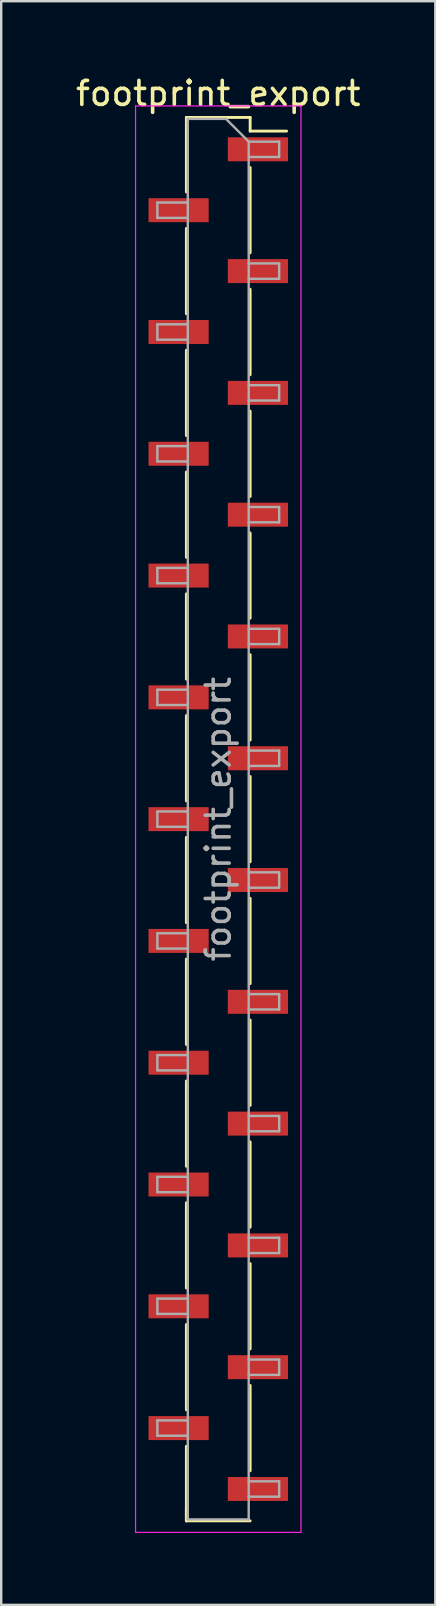
<source format=kicad_pcb>
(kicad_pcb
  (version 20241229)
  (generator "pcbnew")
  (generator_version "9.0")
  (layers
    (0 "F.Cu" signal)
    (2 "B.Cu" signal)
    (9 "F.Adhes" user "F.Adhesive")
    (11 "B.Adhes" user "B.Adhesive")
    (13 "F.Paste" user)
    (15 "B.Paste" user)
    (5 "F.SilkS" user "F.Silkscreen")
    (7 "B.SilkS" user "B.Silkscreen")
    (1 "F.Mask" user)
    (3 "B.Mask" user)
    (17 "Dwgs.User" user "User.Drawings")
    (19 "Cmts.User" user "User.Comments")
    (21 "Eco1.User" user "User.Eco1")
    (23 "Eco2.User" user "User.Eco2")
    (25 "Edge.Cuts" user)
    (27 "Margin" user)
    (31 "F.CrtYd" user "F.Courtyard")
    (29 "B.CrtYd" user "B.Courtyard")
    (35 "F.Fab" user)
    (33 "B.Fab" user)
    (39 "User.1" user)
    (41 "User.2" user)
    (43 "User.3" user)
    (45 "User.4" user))
  (footprint "footprint_export"
    (layer "F.Cu")
    (at 6.054 31.118)
    (property "Reference" "footprint_export" (at 0 -30.27 0) (layer "F.SilkS") (effects (font (size 1 1) (thickness 0.15))))
    (attr smd)
    (fp_line (start -1.33 -29.27) (end -1.33 -26.16) (stroke (width 0.12) (type solid)) (layer "F.SilkS"))
    (fp_line (start -1.33 -29.27) (end 1.33 -29.27) (stroke (width 0.12) (type solid)) (layer "F.SilkS"))
    (fp_line (start -1.33 -24.64) (end -1.33 -21.08) (stroke (width 0.12) (type solid)) (layer "F.SilkS"))
    (fp_line (start -1.33 -19.56) (end -1.33 -16) (stroke (width 0.12) (type solid)) (layer "F.SilkS"))
    (fp_line (start -1.33 -14.48) (end -1.33 -10.92) (stroke (width 0.12) (type solid)) (layer "F.SilkS"))
    (fp_line (start -1.33 -9.4) (end -1.33 -5.84) (stroke (width 0.12) (type solid)) (layer "F.SilkS"))
    (fp_line (start -1.33 -4.32) (end -1.33 -0.76) (stroke (width 0.12) (type solid)) (layer "F.SilkS"))
    (fp_line (start -1.33 0.76) (end -1.33 4.32) (stroke (width 0.12) (type solid)) (layer "F.SilkS"))
    (fp_line (start -1.33 5.84) (end -1.33 9.4) (stroke (width 0.12) (type solid)) (layer "F.SilkS"))
    (fp_line (start -1.33 10.92) (end -1.33 14.48) (stroke (width 0.12) (type solid)) (layer "F.SilkS"))
    (fp_line (start -1.33 16) (end -1.33 19.56) (stroke (width 0.12) (type solid)) (layer "F.SilkS"))
    (fp_line (start -1.33 21.08) (end -1.33 24.64) (stroke (width 0.12) (type solid)) (layer "F.SilkS"))
    (fp_line (start -1.33 26.16) (end -1.33 29.27) (stroke (width 0.12) (type solid)) (layer "F.SilkS"))
    (fp_line (start -1.33 28.7) (end -1.33 29.27) (stroke (width 0.12) (type solid)) (layer "F.SilkS"))
    (fp_line (start -1.33 29.27) (end 1.33 29.27) (stroke (width 0.12) (type solid)) (layer "F.SilkS"))
    (fp_line (start 1.33 -29.27) (end 1.33 -28.7) (stroke (width 0.12) (type solid)) (layer "F.SilkS"))
    (fp_line (start 1.33 -28.7) (end 2.85 -28.7) (stroke (width 0.12) (type solid)) (layer "F.SilkS"))
    (fp_line (start 1.33 -27.18) (end 1.33 -23.62) (stroke (width 0.12) (type solid)) (layer "F.SilkS"))
    (fp_line (start 1.33 -22.1) (end 1.33 -18.54) (stroke (width 0.12) (type solid)) (layer "F.SilkS"))
    (fp_line (start 1.33 -17.02) (end 1.33 -13.46) (stroke (width 0.12) (type solid)) (layer "F.SilkS"))
    (fp_line (start 1.33 -11.94) (end 1.33 -8.38) (stroke (width 0.12) (type solid)) (layer "F.SilkS"))
    (fp_line (start 1.33 -6.86) (end 1.33 -3.3) (stroke (width 0.12) (type solid)) (layer "F.SilkS"))
    (fp_line (start 1.33 -1.78) (end 1.33 1.78) (stroke (width 0.12) (type solid)) (layer "F.SilkS"))
    (fp_line (start 1.33 3.3) (end 1.33 6.86) (stroke (width 0.12) (type solid)) (layer "F.SilkS"))
    (fp_line (start 1.33 8.38) (end 1.33 11.94) (stroke (width 0.12) (type solid)) (layer "F.SilkS"))
    (fp_line (start 1.33 13.46) (end 1.33 17.02) (stroke (width 0.12) (type solid)) (layer "F.SilkS"))
    (fp_line (start 1.33 18.54) (end 1.33 22.1) (stroke (width 0.12) (type solid)) (layer "F.SilkS"))
    (fp_line (start 1.33 23.62) (end 1.33 27.18) (stroke (width 0.12) (type solid)) (layer "F.SilkS"))
    (fp_line (start -3.45 -29.75) (end -3.45 29.75) (stroke (width 0.05) (type solid)) (layer "F.CrtYd"))
    (fp_line (start -3.45 29.75) (end 3.45 29.75) (stroke (width 0.05) (type solid)) (layer "F.CrtYd"))
    (fp_line (start 3.45 -29.75) (end -3.45 -29.75) (stroke (width 0.05) (type solid)) (layer "F.CrtYd"))
    (fp_line (start 3.45 29.75) (end 3.45 -29.75) (stroke (width 0.05) (type solid)) (layer "F.CrtYd"))
    (fp_line (start -2.54 -25.72) (end -2.54 -25.08) (stroke (width 0.1) (type solid)) (layer "F.Fab"))
    (fp_line (start -2.54 -25.08) (end -1.27 -25.08) (stroke (width 0.1) (type solid)) (layer "F.Fab"))
    (fp_line (start -2.54 -20.64) (end -2.54 -20) (stroke (width 0.1) (type solid)) (layer "F.Fab"))
    (fp_line (start -2.54 -20) (end -1.27 -20) (stroke (width 0.1) (type solid)) (layer "F.Fab"))
    (fp_line (start -2.54 -15.56) (end -2.54 -14.92) (stroke (width 0.1) (type solid)) (layer "F.Fab"))
    (fp_line (start -2.54 -14.92) (end -1.27 -14.92) (stroke (width 0.1) (type solid)) (layer "F.Fab"))
    (fp_line (start -2.54 -10.48) (end -2.54 -9.84) (stroke (width 0.1) (type solid)) (layer "F.Fab"))
    (fp_line (start -2.54 -9.84) (end -1.27 -9.84) (stroke (width 0.1) (type solid)) (layer "F.Fab"))
    (fp_line (start -2.54 -5.4) (end -2.54 -4.76) (stroke (width 0.1) (type solid)) (layer "F.Fab"))
    (fp_line (start -2.54 -4.76) (end -1.27 -4.76) (stroke (width 0.1) (type solid)) (layer "F.Fab"))
    (fp_line (start -2.54 -0.32) (end -2.54 0.32) (stroke (width 0.1) (type solid)) (layer "F.Fab"))
    (fp_line (start -2.54 0.32) (end -1.27 0.32) (stroke (width 0.1) (type solid)) (layer "F.Fab"))
    (fp_line (start -2.54 4.76) (end -2.54 5.4) (stroke (width 0.1) (type solid)) (layer "F.Fab"))
    (fp_line (start -2.54 5.4) (end -1.27 5.4) (stroke (width 0.1) (type solid)) (layer "F.Fab"))
    (fp_line (start -2.54 9.84) (end -2.54 10.48) (stroke (width 0.1) (type solid)) (layer "F.Fab"))
    (fp_line (start -2.54 10.48) (end -1.27 10.48) (stroke (width 0.1) (type solid)) (layer "F.Fab"))
    (fp_line (start -2.54 14.92) (end -2.54 15.56) (stroke (width 0.1) (type solid)) (layer "F.Fab"))
    (fp_line (start -2.54 15.56) (end -1.27 15.56) (stroke (width 0.1) (type solid)) (layer "F.Fab"))
    (fp_line (start -2.54 20) (end -2.54 20.64) (stroke (width 0.1) (type solid)) (layer "F.Fab"))
    (fp_line (start -2.54 20.64) (end -1.27 20.64) (stroke (width 0.1) (type solid)) (layer "F.Fab"))
    (fp_line (start -2.54 25.08) (end -2.54 25.72) (stroke (width 0.1) (type solid)) (layer "F.Fab"))
    (fp_line (start -2.54 25.72) (end -1.27 25.72) (stroke (width 0.1) (type solid)) (layer "F.Fab"))
    (fp_line (start -1.27 -29.21) (end -1.27 29.21) (stroke (width 0.1) (type solid)) (layer "F.Fab"))
    (fp_line (start -1.27 -29.21) (end 0.32 -29.21) (stroke (width 0.1) (type solid)) (layer "F.Fab"))
    (fp_line (start -1.27 -25.72) (end -2.54 -25.72) (stroke (width 0.1) (type solid)) (layer "F.Fab"))
    (fp_line (start -1.27 -20.64) (end -2.54 -20.64) (stroke (width 0.1) (type solid)) (layer "F.Fab"))
    (fp_line (start -1.27 -15.56) (end -2.54 -15.56) (stroke (width 0.1) (type solid)) (layer "F.Fab"))
    (fp_line (start -1.27 -10.48) (end -2.54 -10.48) (stroke (width 0.1) (type solid)) (layer "F.Fab"))
    (fp_line (start -1.27 -5.4) (end -2.54 -5.4) (stroke (width 0.1) (type solid)) (layer "F.Fab"))
    (fp_line (start -1.27 -0.32) (end -2.54 -0.32) (stroke (width 0.1) (type solid)) (layer "F.Fab"))
    (fp_line (start -1.27 4.76) (end -2.54 4.76) (stroke (width 0.1) (type solid)) (layer "F.Fab"))
    (fp_line (start -1.27 9.84) (end -2.54 9.84) (stroke (width 0.1) (type solid)) (layer "F.Fab"))
    (fp_line (start -1.27 14.92) (end -2.54 14.92) (stroke (width 0.1) (type solid)) (layer "F.Fab"))
    (fp_line (start -1.27 20) (end -2.54 20) (stroke (width 0.1) (type solid)) (layer "F.Fab"))
    (fp_line (start -1.27 25.08) (end -2.54 25.08) (stroke (width 0.1) (type solid)) (layer "F.Fab"))
    (fp_line (start 1.27 -28.26) (end 0.32 -29.21) (stroke (width 0.1) (type solid)) (layer "F.Fab"))
    (fp_line (start 1.27 -28.26) (end 2.54 -28.26) (stroke (width 0.1) (type solid)) (layer "F.Fab"))
    (fp_line (start 1.27 -23.18) (end 2.54 -23.18) (stroke (width 0.1) (type solid)) (layer "F.Fab"))
    (fp_line (start 1.27 -18.1) (end 2.54 -18.1) (stroke (width 0.1) (type solid)) (layer "F.Fab"))
    (fp_line (start 1.27 -13.02) (end 2.54 -13.02) (stroke (width 0.1) (type solid)) (layer "F.Fab"))
    (fp_line (start 1.27 -7.94) (end 2.54 -7.94) (stroke (width 0.1) (type solid)) (layer "F.Fab"))
    (fp_line (start 1.27 -2.86) (end 2.54 -2.86) (stroke (width 0.1) (type solid)) (layer "F.Fab"))
    (fp_line (start 1.27 2.22) (end 2.54 2.22) (stroke (width 0.1) (type solid)) (layer "F.Fab"))
    (fp_line (start 1.27 7.3) (end 2.54 7.3) (stroke (width 0.1) (type solid)) (layer "F.Fab"))
    (fp_line (start 1.27 12.38) (end 2.54 12.38) (stroke (width 0.1) (type solid)) (layer "F.Fab"))
    (fp_line (start 1.27 17.46) (end 2.54 17.46) (stroke (width 0.1) (type solid)) (layer "F.Fab"))
    (fp_line (start 1.27 22.54) (end 2.54 22.54) (stroke (width 0.1) (type solid)) (layer "F.Fab"))
    (fp_line (start 1.27 27.62) (end 2.54 27.62) (stroke (width 0.1) (type solid)) (layer "F.Fab"))
    (fp_line (start 1.27 29.21) (end -1.27 29.21) (stroke (width 0.1) (type solid)) (layer "F.Fab"))
    (fp_line (start 1.27 29.21) (end 1.27 -28.26) (stroke (width 0.1) (type solid)) (layer "F.Fab"))
    (fp_line (start 2.54 -28.26) (end 2.54 -27.62) (stroke (width 0.1) (type solid)) (layer "F.Fab"))
    (fp_line (start 2.54 -27.62) (end 1.27 -27.62) (stroke (width 0.1) (type solid)) (layer "F.Fab"))
    (fp_line (start 2.54 -23.18) (end 2.54 -22.54) (stroke (width 0.1) (type solid)) (layer "F.Fab"))
    (fp_line (start 2.54 -22.54) (end 1.27 -22.54) (stroke (width 0.1) (type solid)) (layer "F.Fab"))
    (fp_line (start 2.54 -18.1) (end 2.54 -17.46) (stroke (width 0.1) (type solid)) (layer "F.Fab"))
    (fp_line (start 2.54 -17.46) (end 1.27 -17.46) (stroke (width 0.1) (type solid)) (layer "F.Fab"))
    (fp_line (start 2.54 -13.02) (end 2.54 -12.38) (stroke (width 0.1) (type solid)) (layer "F.Fab"))
    (fp_line (start 2.54 -12.38) (end 1.27 -12.38) (stroke (width 0.1) (type solid)) (layer "F.Fab"))
    (fp_line (start 2.54 -7.94) (end 2.54 -7.3) (stroke (width 0.1) (type solid)) (layer "F.Fab"))
    (fp_line (start 2.54 -7.3) (end 1.27 -7.3) (stroke (width 0.1) (type solid)) (layer "F.Fab"))
    (fp_line (start 2.54 -2.86) (end 2.54 -2.22) (stroke (width 0.1) (type solid)) (layer "F.Fab"))
    (fp_line (start 2.54 -2.22) (end 1.27 -2.22) (stroke (width 0.1) (type solid)) (layer "F.Fab"))
    (fp_line (start 2.54 2.22) (end 2.54 2.86) (stroke (width 0.1) (type solid)) (layer "F.Fab"))
    (fp_line (start 2.54 2.86) (end 1.27 2.86) (stroke (width 0.1) (type solid)) (layer "F.Fab"))
    (fp_line (start 2.54 7.3) (end 2.54 7.94) (stroke (width 0.1) (type solid)) (layer "F.Fab"))
    (fp_line (start 2.54 7.94) (end 1.27 7.94) (stroke (width 0.1) (type solid)) (layer "F.Fab"))
    (fp_line (start 2.54 12.38) (end 2.54 13.02) (stroke (width 0.1) (type solid)) (layer "F.Fab"))
    (fp_line (start 2.54 13.02) (end 1.27 13.02) (stroke (width 0.1) (type solid)) (layer "F.Fab"))
    (fp_line (start 2.54 17.46) (end 2.54 18.1) (stroke (width 0.1) (type solid)) (layer "F.Fab"))
    (fp_line (start 2.54 18.1) (end 1.27 18.1) (stroke (width 0.1) (type solid)) (layer "F.Fab"))
    (fp_line (start 2.54 22.54) (end 2.54 23.18) (stroke (width 0.1) (type solid)) (layer "F.Fab"))
    (fp_line (start 2.54 23.18) (end 1.27 23.18) (stroke (width 0.1) (type solid)) (layer "F.Fab"))
    (fp_line (start 2.54 27.62) (end 2.54 28.26) (stroke (width 0.1) (type solid)) (layer "F.Fab"))
    (fp_line (start 2.54 28.26) (end 1.27 28.26) (stroke (width 0.1) (type solid)) (layer "F.Fab"))
    (fp_text user "${REFERENCE}" (at 0 0 90) (layer "F.Fab") (effects (font (size 1 1) (thickness 0.15))))
    (pad "1" smd rect (at 1.655 -27.94) (size 2.51 1) (layers "F.Cu" "F.Mask" "F.Paste"))
    (pad "2" smd rect (at -1.655 -25.4) (size 2.51 1) (layers "F.Cu" "F.Mask" "F.Paste"))
    (pad "3" smd rect (at 1.655 -22.86) (size 2.51 1) (layers "F.Cu" "F.Mask" "F.Paste"))
    (pad "4" smd rect (at -1.655 -20.32) (size 2.51 1) (layers "F.Cu" "F.Mask" "F.Paste"))
    (pad "5" smd rect (at 1.655 -17.78) (size 2.51 1) (layers "F.Cu" "F.Mask" "F.Paste"))
    (pad "6" smd rect (at -1.655 -15.24) (size 2.51 1) (layers "F.Cu" "F.Mask" "F.Paste"))
    (pad "7" smd rect (at 1.655 -12.7) (size 2.51 1) (layers "F.Cu" "F.Mask" "F.Paste"))
    (pad "8" smd rect (at -1.655 -10.16) (size 2.51 1) (layers "F.Cu" "F.Mask" "F.Paste"))
    (pad "9" smd rect (at 1.655 -7.62) (size 2.51 1) (layers "F.Cu" "F.Mask" "F.Paste"))
    (pad "10" smd rect (at -1.655 -5.08) (size 2.51 1) (layers "F.Cu" "F.Mask" "F.Paste"))
    (pad "11" smd rect (at 1.655 -2.54) (size 2.51 1) (layers "F.Cu" "F.Mask" "F.Paste"))
    (pad "12" smd rect (at -1.655 0) (size 2.51 1) (layers "F.Cu" "F.Mask" "F.Paste"))
    (pad "13" smd rect (at 1.655 2.54) (size 2.51 1) (layers "F.Cu" "F.Mask" "F.Paste"))
    (pad "14" smd rect (at -1.655 5.08) (size 2.51 1) (layers "F.Cu" "F.Mask" "F.Paste"))
    (pad "15" smd rect (at 1.655 7.62) (size 2.51 1) (layers "F.Cu" "F.Mask" "F.Paste"))
    (pad "16" smd rect (at -1.655 10.16) (size 2.51 1) (layers "F.Cu" "F.Mask" "F.Paste"))
    (pad "17" smd rect (at 1.655 12.7) (size 2.51 1) (layers "F.Cu" "F.Mask" "F.Paste"))
    (pad "18" smd rect (at -1.655 15.24) (size 2.51 1) (layers "F.Cu" "F.Mask" "F.Paste"))
    (pad "19" smd rect (at 1.655 17.78) (size 2.51 1) (layers "F.Cu" "F.Mask" "F.Paste"))
    (pad "20" smd rect (at -1.655 20.32) (size 2.51 1) (layers "F.Cu" "F.Mask" "F.Paste"))
    (pad "21" smd rect (at 1.655 22.86) (size 2.51 1) (layers "F.Cu" "F.Mask" "F.Paste"))
    (pad "22" smd rect (at -1.655 25.4) (size 2.51 1) (layers "F.Cu" "F.Mask" "F.Paste"))
    (pad "23" smd rect (at 1.655 27.94) (size 2.51 1) (layers "F.Cu" "F.Mask" "F.Paste")))
  (gr_rect
    (start -3 -3)
    (end 15.107 63.893)
    (stroke (width 0.1) (type default))
    (fill no)
    (layer "Edge.Cuts")))
</source>
